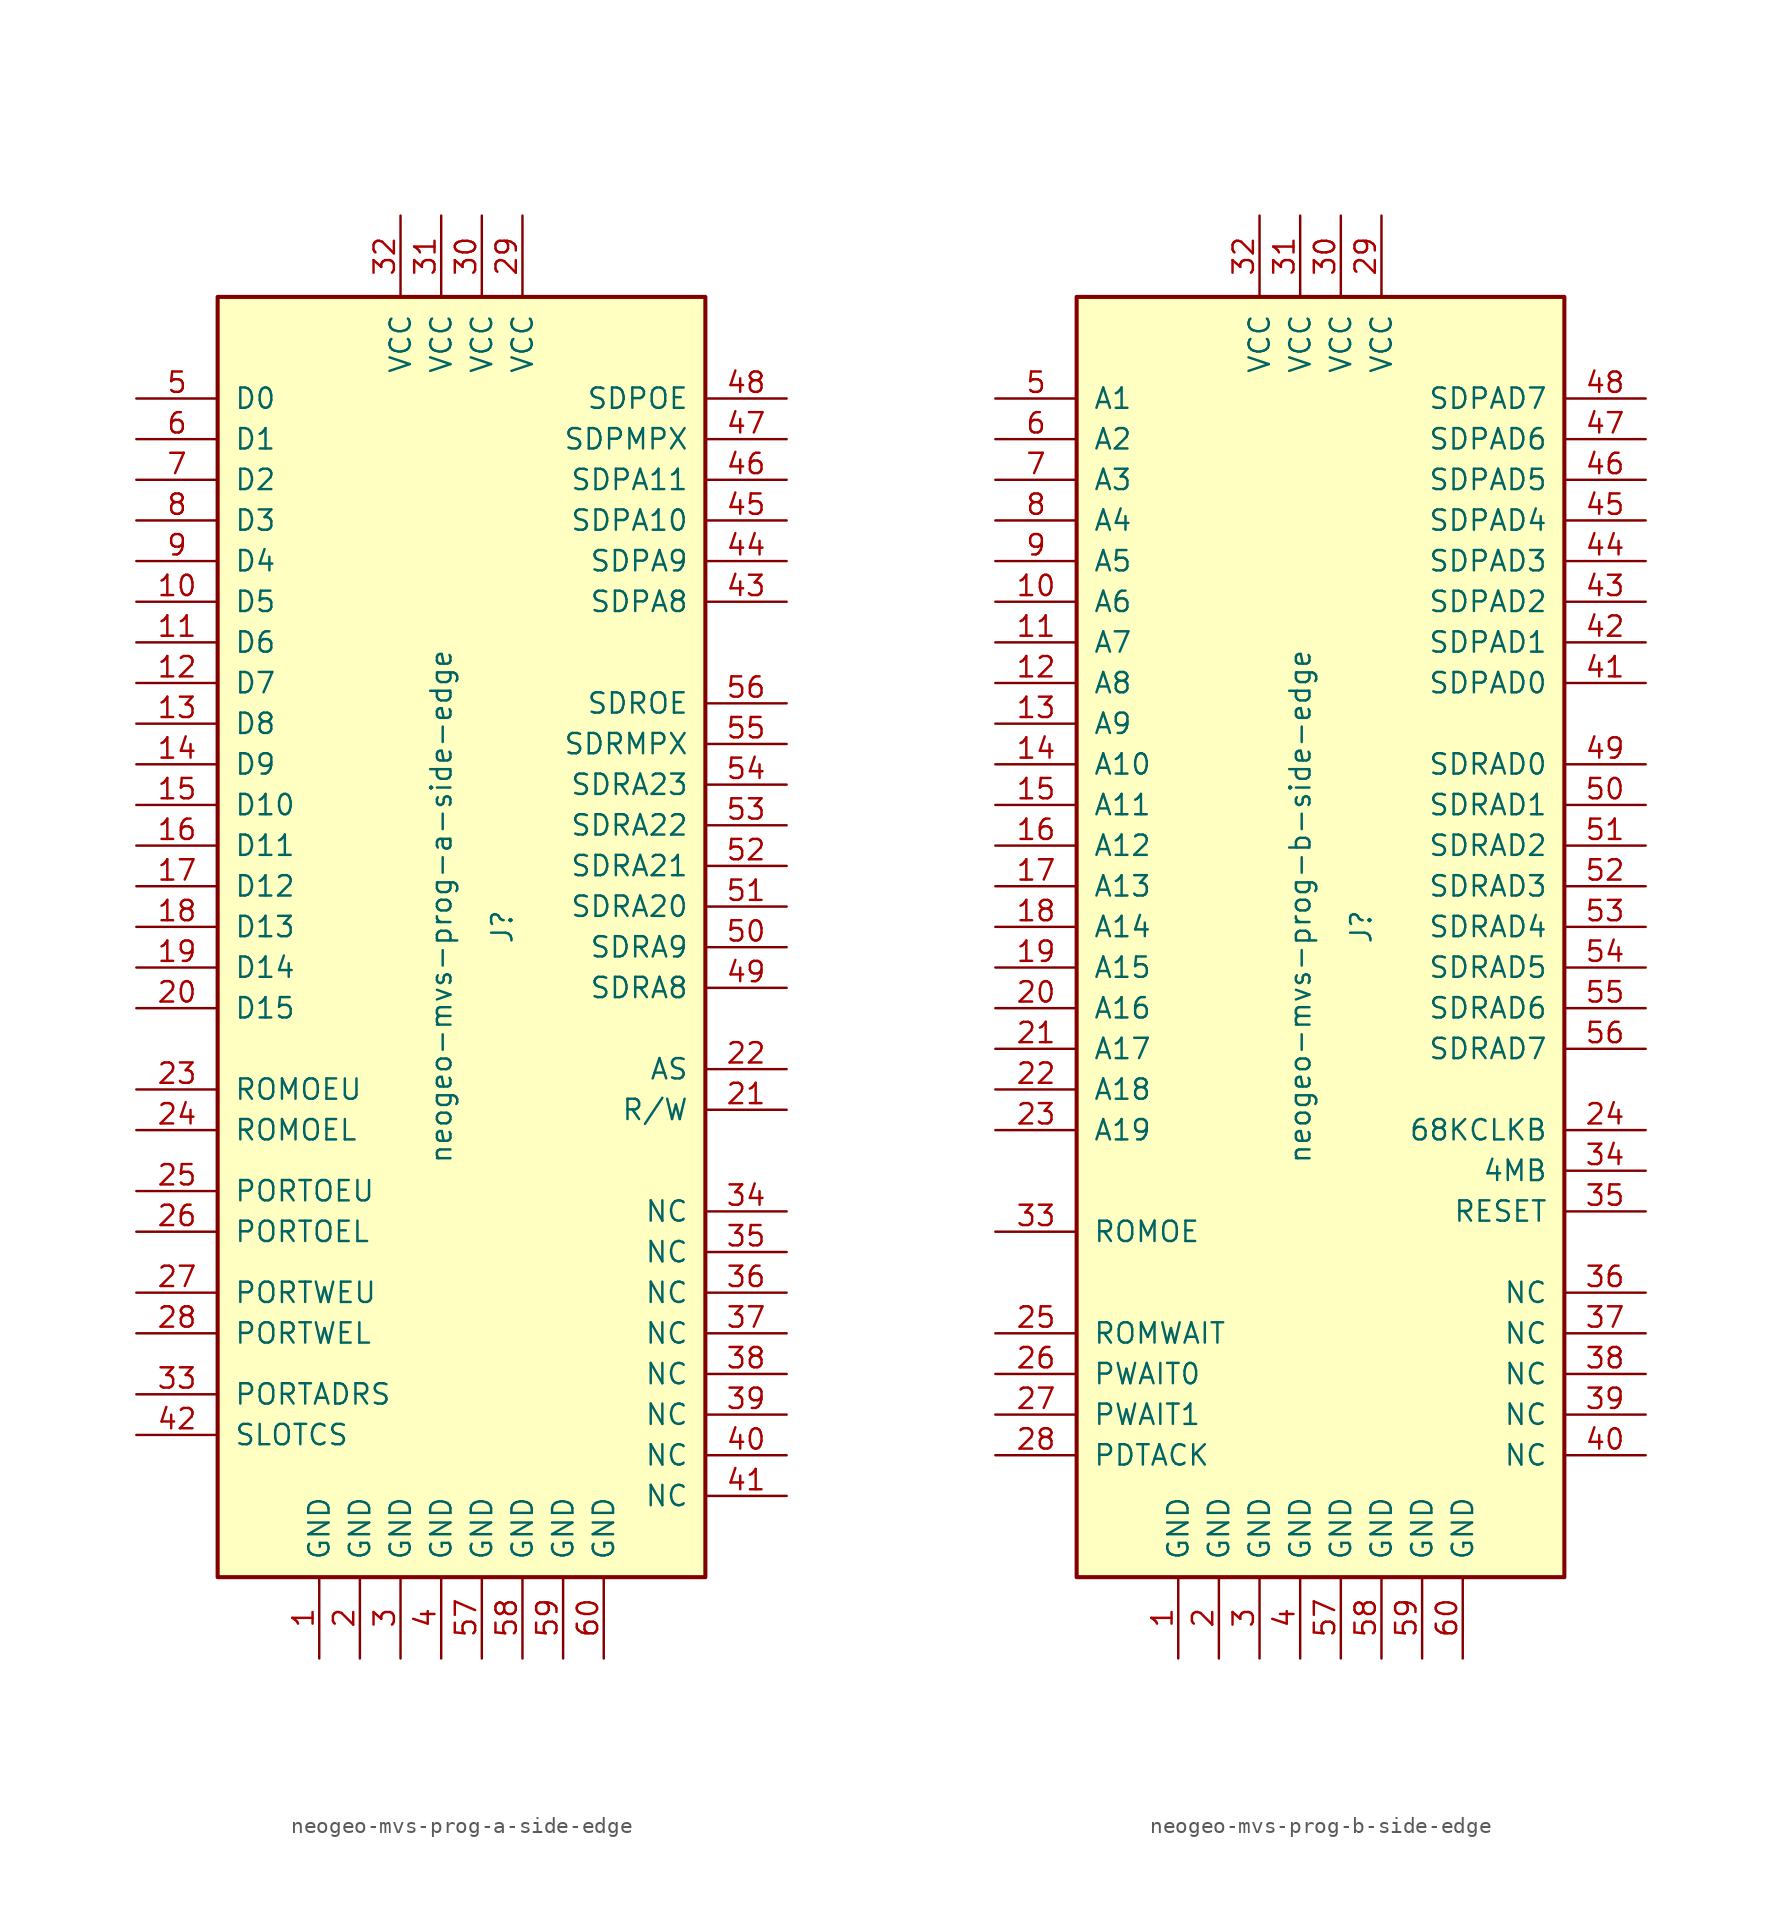
<source format=kicad_sym>
(kicad_symbol_lib
  (version 20211014)
  (generator kicad_symbol_editor)
  (symbol "neogeo-mvs-prog-a-side-edge"
    (pin_names
      (offset 1.016))
    (property "Reference" "J"
      (at 2.54 -1.27 90)
      (effects (font (size 1.27 1.27))))
    (property "Value" "neogeo-mvs-prog-a-side-edge"
      (at -1.27 0 90)
      (effects (font (size 1.27 1.27))))
    (symbol "neogeo-mvs-prog-a-side-edge_0_0"
      (pin output line (at 20.32 -12.7 180) (length 5.08) (name "R/W" (effects (font (size 1.27 1.27)))) (number "21" (effects (font (size 1.27 1.27)))))
      (pin output line (at 20.32 -10.16 180) (length 5.08) (name "AS" (effects (font (size 1.27 1.27)))) (number "22" (effects (font (size 1.27 1.27)))))
      (pin output line (at -20.32 -11.43 0) (length 5.08) (name "ROMOEU" (effects (font (size 1.27 1.27)))) (number "23" (effects (font (size 1.27 1.27)))))
      (pin output line (at -20.32 -13.97 0) (length 5.08) (name "ROMOEL" (effects (font (size 1.27 1.27)))) (number "24" (effects (font (size 1.27 1.27)))))
      (pin output line (at -20.32 -17.78 0) (length 5.08) (name "PORTOEU" (effects (font (size 1.27 1.27)))) (number "25" (effects (font (size 1.27 1.27)))))
      (pin output line (at -20.32 -20.32 0) (length 5.08) (name "PORTOEL" (effects (font (size 1.27 1.27)))) (number "26" (effects (font (size 1.27 1.27)))))
      (pin output line (at -20.32 -24.13 0) (length 5.08) (name "PORTWEU" (effects (font (size 1.27 1.27)))) (number "27" (effects (font (size 1.27 1.27)))))
      (pin output line (at -20.32 -26.67 0) (length 5.08) (name "PORTWEL" (effects (font (size 1.27 1.27)))) (number "28" (effects (font (size 1.27 1.27)))))
      (pin output line (at -20.32 -30.48 0) (length 5.08) (name "PORTADRS" (effects (font (size 1.27 1.27)))) (number "33" (effects (font (size 1.27 1.27)))))
      (pin output line (at -20.32 -33.02 0) (length 5.08) (name "SLOTCS" (effects (font (size 1.27 1.27)))) (number "42" (effects (font (size 1.27 1.27)))))
      (pin output line (at 20.32 19.05 180) (length 5.08) (name "SDPA8" (effects (font (size 1.27 1.27)))) (number "43" (effects (font (size 1.27 1.27)))))
      (pin output line (at 20.32 21.59 180) (length 5.08) (name "SDPA9" (effects (font (size 1.27 1.27)))) (number "44" (effects (font (size 1.27 1.27)))))
      (pin output line (at 20.32 24.13 180) (length 5.08) (name "SDPA10" (effects (font (size 1.27 1.27)))) (number "45" (effects (font (size 1.27 1.27)))))
      (pin output line (at 20.32 26.67 180) (length 5.08) (name "SDPA11" (effects (font (size 1.27 1.27)))) (number "46" (effects (font (size 1.27 1.27)))))
      (pin output line (at 20.32 29.21 180) (length 5.08) (name "SDPMPX" (effects (font (size 1.27 1.27)))) (number "47" (effects (font (size 1.27 1.27)))))
      (pin output line (at 20.32 31.75 180) (length 5.08) (name "SDPOE" (effects (font (size 1.27 1.27)))) (number "48" (effects (font (size 1.27 1.27)))))
      (pin output line (at 20.32 -5.08 180) (length 5.08) (name "SDRA8" (effects (font (size 1.27 1.27)))) (number "49" (effects (font (size 1.27 1.27)))))
      (pin output line (at 20.32 -2.54 180) (length 5.08) (name "SDRA9" (effects (font (size 1.27 1.27)))) (number "50" (effects (font (size 1.27 1.27)))))
      (pin output line (at 20.32 0 180) (length 5.08) (name "SDRA20" (effects (font (size 1.27 1.27)))) (number "51" (effects (font (size 1.27 1.27)))))
      (pin output line (at 20.32 2.54 180) (length 5.08) (name "SDRA21" (effects (font (size 1.27 1.27)))) (number "52" (effects (font (size 1.27 1.27)))))
      (pin output line (at 20.32 5.08 180) (length 5.08) (name "SDRA22" (effects (font (size 1.27 1.27)))) (number "53" (effects (font (size 1.27 1.27)))))
      (pin output line (at 20.32 7.62 180) (length 5.08) (name "SDRA23" (effects (font (size 1.27 1.27)))) (number "54" (effects (font (size 1.27 1.27)))))
      (pin output line (at 20.32 10.16 180) (length 5.08) (name "SDRMPX" (effects (font (size 1.27 1.27)))) (number "55" (effects (font (size 1.27 1.27)))))
      (pin output line (at 20.32 12.7 180) (length 5.08) (name "SDROE" (effects (font (size 1.27 1.27)))) (number "56" (effects (font (size 1.27 1.27))))))
    (symbol "neogeo-mvs-prog-a-side-edge_1_1"
      (rectangle (start -15.24 38.1) (end 15.24 -41.91) (stroke (width 0.254) (type default) (color 0 0 0 0)) (fill (type background)))
      (pin power_out line (at -8.89 -46.99 90) (length 5.08) (name "GND" (effects (font (size 1.27 1.27)))) (number "1" (effects (font (size 1.27 1.27)))))
      (pin bidirectional line (at -20.32 19.05 0) (length 5.08) (name "D5" (effects (font (size 1.27 1.27)))) (number "10" (effects (font (size 1.27 1.27)))))
      (pin bidirectional line (at -20.32 16.51 0) (length 5.08) (name "D6" (effects (font (size 1.27 1.27)))) (number "11" (effects (font (size 1.27 1.27)))))
      (pin bidirectional line (at -20.32 13.97 0) (length 5.08) (name "D7" (effects (font (size 1.27 1.27)))) (number "12" (effects (font (size 1.27 1.27)))))
      (pin bidirectional line (at -20.32 11.43 0) (length 5.08) (name "D8" (effects (font (size 1.27 1.27)))) (number "13" (effects (font (size 1.27 1.27)))))
      (pin bidirectional line (at -20.32 8.89 0) (length 5.08) (name "D9" (effects (font (size 1.27 1.27)))) (number "14" (effects (font (size 1.27 1.27)))))
      (pin bidirectional line (at -20.32 6.35 0) (length 5.08) (name "D10" (effects (font (size 1.27 1.27)))) (number "15" (effects (font (size 1.27 1.27)))))
      (pin bidirectional line (at -20.32 3.81 0) (length 5.08) (name "D11" (effects (font (size 1.27 1.27)))) (number "16" (effects (font (size 1.27 1.27)))))
      (pin bidirectional line (at -20.32 1.27 0) (length 5.08) (name "D12" (effects (font (size 1.27 1.27)))) (number "17" (effects (font (size 1.27 1.27)))))
      (pin bidirectional line (at -20.32 -1.27 0) (length 5.08) (name "D13" (effects (font (size 1.27 1.27)))) (number "18" (effects (font (size 1.27 1.27)))))
      (pin bidirectional line (at -20.32 -3.81 0) (length 5.08) (name "D14" (effects (font (size 1.27 1.27)))) (number "19" (effects (font (size 1.27 1.27)))))
      (pin power_out line (at -6.35 -46.99 90) (length 5.08) (name "GND" (effects (font (size 1.27 1.27)))) (number "2" (effects (font (size 1.27 1.27)))))
      (pin bidirectional line (at -20.32 -6.35 0) (length 5.08) (name "D15" (effects (font (size 1.27 1.27)))) (number "20" (effects (font (size 1.27 1.27)))))
      (pin power_out line (at 3.81 43.18 270) (length 5.08) (name "VCC" (effects (font (size 1.27 1.27)))) (number "29" (effects (font (size 1.27 1.27)))))
      (pin power_out line (at -3.81 -46.99 90) (length 5.08) (name "GND" (effects (font (size 1.27 1.27)))) (number "3" (effects (font (size 1.27 1.27)))))
      (pin power_out line (at 1.27 43.18 270) (length 5.08) (name "VCC" (effects (font (size 1.27 1.27)))) (number "30" (effects (font (size 1.27 1.27)))))
      (pin power_out line (at -1.27 43.18 270) (length 5.08) (name "VCC" (effects (font (size 1.27 1.27)))) (number "31" (effects (font (size 1.27 1.27)))))
      (pin power_out line (at -3.81 43.18 270) (length 5.08) (name "VCC" (effects (font (size 1.27 1.27)))) (number "32" (effects (font (size 1.27 1.27)))))
      (pin unspecified line (at 20.32 -19.05 180) (length 5.08) (name "NC" (effects (font (size 1.27 1.27)))) (number "34" (effects (font (size 1.27 1.27)))))
      (pin unspecified line (at 20.32 -21.59 180) (length 5.08) (name "NC" (effects (font (size 1.27 1.27)))) (number "35" (effects (font (size 1.27 1.27)))))
      (pin unspecified line (at 20.32 -24.13 180) (length 5.08) (name "NC" (effects (font (size 1.27 1.27)))) (number "36" (effects (font (size 1.27 1.27)))))
      (pin unspecified line (at 20.32 -26.67 180) (length 5.08) (name "NC" (effects (font (size 1.27 1.27)))) (number "37" (effects (font (size 1.27 1.27)))))
      (pin unspecified line (at 20.32 -29.21 180) (length 5.08) (name "NC" (effects (font (size 1.27 1.27)))) (number "38" (effects (font (size 1.27 1.27)))))
      (pin unspecified line (at 20.32 -31.75 180) (length 5.08) (name "NC" (effects (font (size 1.27 1.27)))) (number "39" (effects (font (size 1.27 1.27)))))
      (pin power_out line (at -1.27 -46.99 90) (length 5.08) (name "GND" (effects (font (size 1.27 1.27)))) (number "4" (effects (font (size 1.27 1.27)))))
      (pin unspecified line (at 20.32 -34.29 180) (length 5.08) (name "NC" (effects (font (size 1.27 1.27)))) (number "40" (effects (font (size 1.27 1.27)))))
      (pin unspecified line (at 20.32 -36.83 180) (length 5.08) (name "NC" (effects (font (size 1.27 1.27)))) (number "41" (effects (font (size 1.27 1.27)))))
      (pin bidirectional line (at -20.32 31.75 0) (length 5.08) (name "D0" (effects (font (size 1.27 1.27)))) (number "5" (effects (font (size 1.27 1.27)))))
      (pin power_out line (at 1.27 -46.99 90) (length 5.08) (name "GND" (effects (font (size 1.27 1.27)))) (number "57" (effects (font (size 1.27 1.27)))))
      (pin power_out line (at 3.81 -46.99 90) (length 5.08) (name "GND" (effects (font (size 1.27 1.27)))) (number "58" (effects (font (size 1.27 1.27)))))
      (pin power_out line (at 6.35 -46.99 90) (length 5.08) (name "GND" (effects (font (size 1.27 1.27)))) (number "59" (effects (font (size 1.27 1.27)))))
      (pin bidirectional line (at -20.32 29.21 0) (length 5.08) (name "D1" (effects (font (size 1.27 1.27)))) (number "6" (effects (font (size 1.27 1.27)))))
      (pin power_out line (at 8.89 -46.99 90) (length 5.08) (name "GND" (effects (font (size 1.27 1.27)))) (number "60" (effects (font (size 1.27 1.27)))))
      (pin bidirectional line (at -20.32 26.67 0) (length 5.08) (name "D2" (effects (font (size 1.27 1.27)))) (number "7" (effects (font (size 1.27 1.27)))))
      (pin bidirectional line (at -20.32 24.13 0) (length 5.08) (name "D3" (effects (font (size 1.27 1.27)))) (number "8" (effects (font (size 1.27 1.27)))))
      (pin bidirectional line (at -20.32 21.59 0) (length 5.08) (name "D4" (effects (font (size 1.27 1.27)))) (number "9" (effects (font (size 1.27 1.27)))))))
  (symbol "neogeo-mvs-prog-b-side-edge"
    (pin_names
      (offset 1.016))
    (property "Reference" "J"
      (at 2.54 -1.27 90)
      (effects (font (size 1.27 1.27))))
    (property "Value" "neogeo-mvs-prog-b-side-edge"
      (at -1.27 0 90)
      (effects (font (size 1.27 1.27))))
    (symbol "neogeo-mvs-prog-b-side-edge_0_0"
      (pin output line (at -20.32 -8.89 0) (length 5.08) (name "A17" (effects (font (size 1.27 1.27)))) (number "21" (effects (font (size 1.27 1.27)))))
      (pin output line (at -20.32 -11.43 0) (length 5.08) (name "A18" (effects (font (size 1.27 1.27)))) (number "22" (effects (font (size 1.27 1.27)))))
      (pin output line (at -20.32 -13.97 0) (length 5.08) (name "A19" (effects (font (size 1.27 1.27)))) (number "23" (effects (font (size 1.27 1.27)))))
      (pin output line (at 20.32 -13.97 180) (length 5.08) (name "68KCLKB" (effects (font (size 1.27 1.27)))) (number "24" (effects (font (size 1.27 1.27)))))
      (pin input line (at -20.32 -26.67 0) (length 5.08) (name "ROMWAIT" (effects (font (size 1.27 1.27)))) (number "25" (effects (font (size 1.27 1.27)))))
      (pin input line (at -20.32 -29.21 0) (length 5.08) (name "PWAIT0" (effects (font (size 1.27 1.27)))) (number "26" (effects (font (size 1.27 1.27)))))
      (pin input line (at -20.32 -31.75 0) (length 5.08) (name "PWAIT1" (effects (font (size 1.27 1.27)))) (number "27" (effects (font (size 1.27 1.27)))))
      (pin input line (at -20.32 -34.29 0) (length 5.08) (name "PDTACK" (effects (font (size 1.27 1.27)))) (number "28" (effects (font (size 1.27 1.27)))))
      (pin output line (at -20.32 -20.32 0) (length 5.08) (name "ROMOE" (effects (font (size 1.27 1.27)))) (number "33" (effects (font (size 1.27 1.27)))))
      (pin bidirectional line (at 20.32 16.51 180) (length 5.08) (name "SDPAD1" (effects (font (size 1.27 1.27)))) (number "42" (effects (font (size 1.27 1.27)))))
      (pin bidirectional line (at 20.32 19.05 180) (length 5.08) (name "SDPAD2" (effects (font (size 1.27 1.27)))) (number "43" (effects (font (size 1.27 1.27)))))
      (pin bidirectional line (at 20.32 21.59 180) (length 5.08) (name "SDPAD3" (effects (font (size 1.27 1.27)))) (number "44" (effects (font (size 1.27 1.27)))))
      (pin bidirectional line (at 20.32 24.13 180) (length 5.08) (name "SDPAD4" (effects (font (size 1.27 1.27)))) (number "45" (effects (font (size 1.27 1.27)))))
      (pin bidirectional line (at 20.32 26.67 180) (length 5.08) (name "SDPAD5" (effects (font (size 1.27 1.27)))) (number "46" (effects (font (size 1.27 1.27)))))
      (pin bidirectional line (at 20.32 29.21 180) (length 5.08) (name "SDPAD6" (effects (font (size 1.27 1.27)))) (number "47" (effects (font (size 1.27 1.27)))))
      (pin bidirectional line (at 20.32 31.75 180) (length 5.08) (name "SDPAD7" (effects (font (size 1.27 1.27)))) (number "48" (effects (font (size 1.27 1.27)))))
      (pin bidirectional line (at 20.32 8.89 180) (length 5.08) (name "SDRAD0" (effects (font (size 1.27 1.27)))) (number "49" (effects (font (size 1.27 1.27)))))
      (pin bidirectional line (at 20.32 6.35 180) (length 5.08) (name "SDRAD1" (effects (font (size 1.27 1.27)))) (number "50" (effects (font (size 1.27 1.27)))))
      (pin bidirectional line (at 20.32 3.81 180) (length 5.08) (name "SDRAD2" (effects (font (size 1.27 1.27)))) (number "51" (effects (font (size 1.27 1.27)))))
      (pin bidirectional line (at 20.32 1.27 180) (length 5.08) (name "SDRAD3" (effects (font (size 1.27 1.27)))) (number "52" (effects (font (size 1.27 1.27)))))
      (pin bidirectional line (at 20.32 -1.27 180) (length 5.08) (name "SDRAD4" (effects (font (size 1.27 1.27)))) (number "53" (effects (font (size 1.27 1.27)))))
      (pin bidirectional line (at 20.32 -3.81 180) (length 5.08) (name "SDRAD5" (effects (font (size 1.27 1.27)))) (number "54" (effects (font (size 1.27 1.27)))))
      (pin bidirectional line (at 20.32 -6.35 180) (length 5.08) (name "SDRAD6" (effects (font (size 1.27 1.27)))) (number "55" (effects (font (size 1.27 1.27)))))
      (pin bidirectional line (at 20.32 -8.89 180) (length 5.08) (name "SDRAD7" (effects (font (size 1.27 1.27)))) (number "56" (effects (font (size 1.27 1.27))))))
    (symbol "neogeo-mvs-prog-b-side-edge_1_1"
      (rectangle (start -15.24 38.1) (end 15.24 -41.91) (stroke (width 0.254) (type default) (color 0 0 0 0)) (fill (type background)))
      (pin power_out line (at -8.89 -46.99 90) (length 5.08) (name "GND" (effects (font (size 1.27 1.27)))) (number "1" (effects (font (size 1.27 1.27)))))
      (pin output line (at -20.32 19.05 0) (length 5.08) (name "A6" (effects (font (size 1.27 1.27)))) (number "10" (effects (font (size 1.27 1.27)))))
      (pin output line (at -20.32 16.51 0) (length 5.08) (name "A7" (effects (font (size 1.27 1.27)))) (number "11" (effects (font (size 1.27 1.27)))))
      (pin output line (at -20.32 13.97 0) (length 5.08) (name "A8" (effects (font (size 1.27 1.27)))) (number "12" (effects (font (size 1.27 1.27)))))
      (pin output line (at -20.32 11.43 0) (length 5.08) (name "A9" (effects (font (size 1.27 1.27)))) (number "13" (effects (font (size 1.27 1.27)))))
      (pin output line (at -20.32 8.89 0) (length 5.08) (name "A10" (effects (font (size 1.27 1.27)))) (number "14" (effects (font (size 1.27 1.27)))))
      (pin output line (at -20.32 6.35 0) (length 5.08) (name "A11" (effects (font (size 1.27 1.27)))) (number "15" (effects (font (size 1.27 1.27)))))
      (pin output line (at -20.32 3.81 0) (length 5.08) (name "A12" (effects (font (size 1.27 1.27)))) (number "16" (effects (font (size 1.27 1.27)))))
      (pin output line (at -20.32 1.27 0) (length 5.08) (name "A13" (effects (font (size 1.27 1.27)))) (number "17" (effects (font (size 1.27 1.27)))))
      (pin output line (at -20.32 -1.27 0) (length 5.08) (name "A14" (effects (font (size 1.27 1.27)))) (number "18" (effects (font (size 1.27 1.27)))))
      (pin output line (at -20.32 -3.81 0) (length 5.08) (name "A15" (effects (font (size 1.27 1.27)))) (number "19" (effects (font (size 1.27 1.27)))))
      (pin power_out line (at -6.35 -46.99 90) (length 5.08) (name "GND" (effects (font (size 1.27 1.27)))) (number "2" (effects (font (size 1.27 1.27)))))
      (pin output line (at -20.32 -6.35 0) (length 5.08) (name "A16" (effects (font (size 1.27 1.27)))) (number "20" (effects (font (size 1.27 1.27)))))
      (pin power_out line (at 3.81 43.18 270) (length 5.08) (name "VCC" (effects (font (size 1.27 1.27)))) (number "29" (effects (font (size 1.27 1.27)))))
      (pin power_out line (at -3.81 -46.99 90) (length 5.08) (name "GND" (effects (font (size 1.27 1.27)))) (number "3" (effects (font (size 1.27 1.27)))))
      (pin power_out line (at 1.27 43.18 270) (length 5.08) (name "VCC" (effects (font (size 1.27 1.27)))) (number "30" (effects (font (size 1.27 1.27)))))
      (pin power_out line (at -1.27 43.18 270) (length 5.08) (name "VCC" (effects (font (size 1.27 1.27)))) (number "31" (effects (font (size 1.27 1.27)))))
      (pin power_out line (at -3.81 43.18 270) (length 5.08) (name "VCC" (effects (font (size 1.27 1.27)))) (number "32" (effects (font (size 1.27 1.27)))))
      (pin output line (at 20.32 -16.51 180) (length 5.08) (name "4MB" (effects (font (size 1.27 1.27)))) (number "34" (effects (font (size 1.27 1.27)))))
      (pin output line (at 20.32 -19.05 180) (length 5.08) (name "RESET" (effects (font (size 1.27 1.27)))) (number "35" (effects (font (size 1.27 1.27)))))
      (pin unspecified line (at 20.32 -24.13 180) (length 5.08) (name "NC" (effects (font (size 1.27 1.27)))) (number "36" (effects (font (size 1.27 1.27)))))
      (pin unspecified line (at 20.32 -26.67 180) (length 5.08) (name "NC" (effects (font (size 1.27 1.27)))) (number "37" (effects (font (size 1.27 1.27)))))
      (pin unspecified line (at 20.32 -29.21 180) (length 5.08) (name "NC" (effects (font (size 1.27 1.27)))) (number "38" (effects (font (size 1.27 1.27)))))
      (pin unspecified line (at 20.32 -31.75 180) (length 5.08) (name "NC" (effects (font (size 1.27 1.27)))) (number "39" (effects (font (size 1.27 1.27)))))
      (pin power_out line (at -1.27 -46.99 90) (length 5.08) (name "GND" (effects (font (size 1.27 1.27)))) (number "4" (effects (font (size 1.27 1.27)))))
      (pin unspecified line (at 20.32 -34.29 180) (length 5.08) (name "NC" (effects (font (size 1.27 1.27)))) (number "40" (effects (font (size 1.27 1.27)))))
      (pin bidirectional line (at 20.32 13.97 180) (length 5.08) (name "SDPAD0" (effects (font (size 1.27 1.27)))) (number "41" (effects (font (size 1.27 1.27)))))
      (pin output line (at -20.32 31.75 0) (length 5.08) (name "A1" (effects (font (size 1.27 1.27)))) (number "5" (effects (font (size 1.27 1.27)))))
      (pin power_out line (at 1.27 -46.99 90) (length 5.08) (name "GND" (effects (font (size 1.27 1.27)))) (number "57" (effects (font (size 1.27 1.27)))))
      (pin power_out line (at 3.81 -46.99 90) (length 5.08) (name "GND" (effects (font (size 1.27 1.27)))) (number "58" (effects (font (size 1.27 1.27)))))
      (pin power_out line (at 6.35 -46.99 90) (length 5.08) (name "GND" (effects (font (size 1.27 1.27)))) (number "59" (effects (font (size 1.27 1.27)))))
      (pin output line (at -20.32 29.21 0) (length 5.08) (name "A2" (effects (font (size 1.27 1.27)))) (number "6" (effects (font (size 1.27 1.27)))))
      (pin power_out line (at 8.89 -46.99 90) (length 5.08) (name "GND" (effects (font (size 1.27 1.27)))) (number "60" (effects (font (size 1.27 1.27)))))
      (pin output line (at -20.32 26.67 0) (length 5.08) (name "A3" (effects (font (size 1.27 1.27)))) (number "7" (effects (font (size 1.27 1.27)))))
      (pin output line (at -20.32 24.13 0) (length 5.08) (name "A4" (effects (font (size 1.27 1.27)))) (number "8" (effects (font (size 1.27 1.27)))))
      (pin output line (at -20.32 21.59 0) (length 5.08) (name "A5" (effects (font (size 1.27 1.27)))) (number "9" (effects (font (size 1.27 1.27))))))))
</source>
